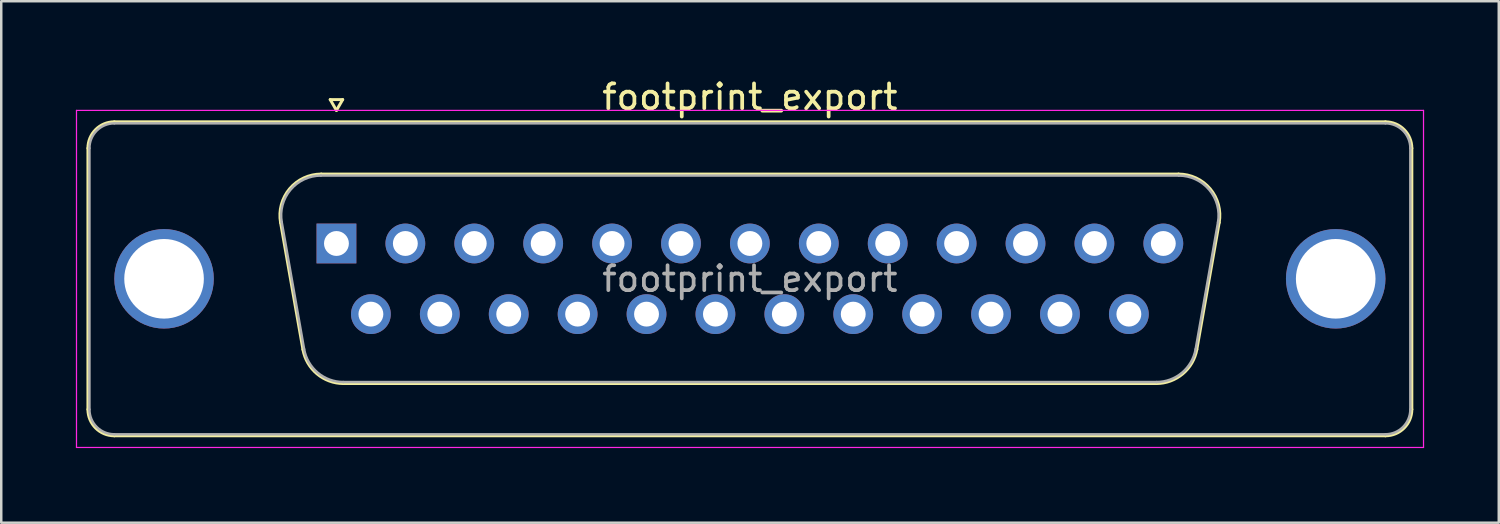
<source format=kicad_pcb>
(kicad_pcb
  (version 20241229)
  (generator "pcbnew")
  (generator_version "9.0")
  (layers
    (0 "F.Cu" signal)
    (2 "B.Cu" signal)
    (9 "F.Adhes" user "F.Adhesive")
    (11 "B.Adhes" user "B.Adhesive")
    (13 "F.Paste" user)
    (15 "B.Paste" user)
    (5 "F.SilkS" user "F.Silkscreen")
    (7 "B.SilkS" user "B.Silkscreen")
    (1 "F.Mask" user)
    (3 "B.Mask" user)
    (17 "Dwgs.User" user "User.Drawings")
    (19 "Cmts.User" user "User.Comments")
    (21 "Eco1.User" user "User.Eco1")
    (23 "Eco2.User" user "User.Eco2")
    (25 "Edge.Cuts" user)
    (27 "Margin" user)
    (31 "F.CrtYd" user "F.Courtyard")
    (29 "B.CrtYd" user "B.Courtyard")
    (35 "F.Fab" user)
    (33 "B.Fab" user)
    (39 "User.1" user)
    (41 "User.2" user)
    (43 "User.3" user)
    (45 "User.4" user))
  (footprint "footprint_export"
    (layer "F.Cu")
    (at 10.475 6.738)
    (property "Reference" "footprint_export" (at 16.62 -5.89 0) (layer "F.SilkS") (effects (font (size 1 1) (thickness 0.15))))
    (attr through_hole)
    (fp_line (start -9.99 6.67) (end -9.99 -3.83) (stroke (width 0.12) (type solid)) (layer "F.SilkS"))
    (fp_line (start -8.93 -4.89) (end 42.17 -4.89) (stroke (width 0.12) (type solid)) (layer "F.SilkS"))
    (fp_line (start -2.246 -0.842) (end -1.347 4.258) (stroke (width 0.12) (type solid)) (layer "F.SilkS"))
    (fp_line (start -0.612 -2.79) (end 33.852 -2.79) (stroke (width 0.12) (type solid)) (layer "F.SilkS"))
    (fp_line (start -0.25 -5.784) (end 0.25 -5.784) (stroke (width 0.12) (type solid)) (layer "F.SilkS"))
    (fp_line (start 0 -5.351) (end -0.25 -5.784) (stroke (width 0.12) (type solid)) (layer "F.SilkS"))
    (fp_line (start 0.25 -5.784) (end 0 -5.351) (stroke (width 0.12) (type solid)) (layer "F.SilkS"))
    (fp_line (start 0.288 5.63) (end 32.952 5.63) (stroke (width 0.12) (type solid)) (layer "F.SilkS"))
    (fp_line (start 35.486 -0.842) (end 34.587 4.258) (stroke (width 0.12) (type solid)) (layer "F.SilkS"))
    (fp_line (start 42.17 7.73) (end -8.93 7.73) (stroke (width 0.12) (type solid)) (layer "F.SilkS"))
    (fp_line (start 43.23 -3.83) (end 43.23 6.67) (stroke (width 0.12) (type solid)) (layer "F.SilkS"))
    (fp_arc (start -9.99 -3.83) (mid -9.679533 -4.579533) (end -8.93 -4.89) (stroke (width 0.12) (type solid)) (layer "F.SilkS"))
    (fp_arc (start -8.93 7.73) (mid -9.679533 7.419533) (end -9.99 6.67) (stroke (width 0.12) (type solid)) (layer "F.SilkS"))
    (fp_arc (start -2.24647 -0.841744) (mid -1.883323 -2.197028) (end -0.611689 -2.79) (stroke (width 0.12) (type solid)) (layer "F.SilkS"))
    (fp_arc (start 0.287579 5.63) (mid -0.779448 5.241634) (end -1.347202 4.258256) (stroke (width 0.12) (type solid)) (layer "F.SilkS"))
    (fp_arc (start 33.851689 -2.79) (mid 35.123323 -2.197027) (end 35.48647 -0.841744) (stroke (width 0.12) (type solid)) (layer "F.SilkS"))
    (fp_arc (start 34.587202 4.258256) (mid 34.019449 5.241634) (end 32.952421 5.63) (stroke (width 0.12) (type solid)) (layer "F.SilkS"))
    (fp_arc (start 42.17 -4.89) (mid 42.919533 -4.579533) (end 43.23 -3.83) (stroke (width 0.12) (type solid)) (layer "F.SilkS"))
    (fp_arc (start 43.23 6.67) (mid 42.919533 7.419533) (end 42.17 7.73) (stroke (width 0.12) (type solid)) (layer "F.SilkS"))
    (fp_line (start -10.45 -5.35) (end -10.45 8.2) (stroke (width 0.05) (type solid)) (layer "F.CrtYd"))
    (fp_line (start -10.45 8.2) (end 43.7 8.2) (stroke (width 0.05) (type solid)) (layer "F.CrtYd"))
    (fp_line (start 43.7 -5.35) (end -10.45 -5.35) (stroke (width 0.05) (type solid)) (layer "F.CrtYd"))
    (fp_line (start 43.7 8.2) (end 43.7 -5.35) (stroke (width 0.05) (type solid)) (layer "F.CrtYd"))
    (fp_line (start -9.93 6.67) (end -9.93 -3.83) (stroke (width 0.1) (type solid)) (layer "F.Fab"))
    (fp_line (start -8.93 -4.83) (end 42.17 -4.83) (stroke (width 0.1) (type solid)) (layer "F.Fab"))
    (fp_line (start -2.199 -0.852) (end -1.3 4.248) (stroke (width 0.1) (type solid)) (layer "F.Fab"))
    (fp_line (start -0.623 -2.73) (end 33.863 -2.73) (stroke (width 0.1) (type solid)) (layer "F.Fab"))
    (fp_line (start 0.276 5.57) (end 32.964 5.57) (stroke (width 0.1) (type solid)) (layer "F.Fab"))
    (fp_line (start 35.439 -0.852) (end 34.54 4.248) (stroke (width 0.1) (type solid)) (layer "F.Fab"))
    (fp_line (start 42.17 7.67) (end -8.93 7.67) (stroke (width 0.1) (type solid)) (layer "F.Fab"))
    (fp_line (start 43.17 -3.83) (end 43.17 6.67) (stroke (width 0.1) (type solid)) (layer "F.Fab"))
    (fp_arc (start -9.93 -3.83) (mid -9.637107 -4.537107) (end -8.93 -4.83) (stroke (width 0.1) (type solid)) (layer "F.Fab"))
    (fp_arc (start -8.93 7.67) (mid -9.637107 7.377107) (end -9.93 6.67) (stroke (width 0.1) (type solid)) (layer "F.Fab"))
    (fp_arc (start -2.198886 -0.852163) (mid -1.848865 -2.15846) (end -0.623194 -2.73) (stroke (width 0.1) (type solid)) (layer "F.Fab"))
    (fp_arc (start 0.276073 5.57) (mid -0.752387 5.195671) (end -1.299619 4.247837) (stroke (width 0.1) (type solid)) (layer "F.Fab"))
    (fp_arc (start 33.863194 -2.73) (mid 35.088865 -2.15846) (end 35.438886 -0.852163) (stroke (width 0.1) (type solid)) (layer "F.Fab"))
    (fp_arc (start 34.539619 4.247837) (mid 33.992387 5.195671) (end 32.963927 5.57) (stroke (width 0.1) (type solid)) (layer "F.Fab"))
    (fp_arc (start 42.17 -4.83) (mid 42.877107 -4.537107) (end 43.17 -3.83) (stroke (width 0.1) (type solid)) (layer "F.Fab"))
    (fp_arc (start 43.17 6.67) (mid 42.877107 7.377107) (end 42.17 7.67) (stroke (width 0.1) (type solid)) (layer "F.Fab"))
    (fp_text user "${REFERENCE}" (at 16.62 1.42 0) (layer "F.Fab") (effects (font (size 1 1) (thickness 0.15))))
    (pad "0" thru_hole circle (at -6.93 1.42) (size 4 4) (drill 3.2) (layers "*.Cu" "*.Mask"))
    (pad "0" thru_hole circle (at 40.17 1.42) (size 4 4) (drill 3.2) (layers "*.Cu" "*.Mask"))
    (pad "1" thru_hole rect (at 0 0) (size 1.6 1.6) (drill 1) (layers "*.Cu" "*.Mask"))
    (pad "2" thru_hole circle (at 2.77 0) (size 1.6 1.6) (drill 1) (layers "*.Cu" "*.Mask"))
    (pad "3" thru_hole circle (at 5.54 0) (size 1.6 1.6) (drill 1) (layers "*.Cu" "*.Mask"))
    (pad "4" thru_hole circle (at 8.31 0) (size 1.6 1.6) (drill 1) (layers "*.Cu" "*.Mask"))
    (pad "5" thru_hole circle (at 11.08 0) (size 1.6 1.6) (drill 1) (layers "*.Cu" "*.Mask"))
    (pad "6" thru_hole circle (at 13.85 0) (size 1.6 1.6) (drill 1) (layers "*.Cu" "*.Mask"))
    (pad "7" thru_hole circle (at 16.62 0) (size 1.6 1.6) (drill 1) (layers "*.Cu" "*.Mask"))
    (pad "8" thru_hole circle (at 19.39 0) (size 1.6 1.6) (drill 1) (layers "*.Cu" "*.Mask"))
    (pad "9" thru_hole circle (at 22.16 0) (size 1.6 1.6) (drill 1) (layers "*.Cu" "*.Mask"))
    (pad "10" thru_hole circle (at 24.93 0) (size 1.6 1.6) (drill 1) (layers "*.Cu" "*.Mask"))
    (pad "11" thru_hole circle (at 27.7 0) (size 1.6 1.6) (drill 1) (layers "*.Cu" "*.Mask"))
    (pad "12" thru_hole circle (at 30.47 0) (size 1.6 1.6) (drill 1) (layers "*.Cu" "*.Mask"))
    (pad "13" thru_hole circle (at 33.24 0) (size 1.6 1.6) (drill 1) (layers "*.Cu" "*.Mask"))
    (pad "14" thru_hole circle (at 1.385 2.84) (size 1.6 1.6) (drill 1) (layers "*.Cu" "*.Mask"))
    (pad "15" thru_hole circle (at 4.155 2.84) (size 1.6 1.6) (drill 1) (layers "*.Cu" "*.Mask"))
    (pad "16" thru_hole circle (at 6.925 2.84) (size 1.6 1.6) (drill 1) (layers "*.Cu" "*.Mask"))
    (pad "17" thru_hole circle (at 9.695 2.84) (size 1.6 1.6) (drill 1) (layers "*.Cu" "*.Mask"))
    (pad "18" thru_hole circle (at 12.465 2.84) (size 1.6 1.6) (drill 1) (layers "*.Cu" "*.Mask"))
    (pad "19" thru_hole circle (at 15.235 2.84) (size 1.6 1.6) (drill 1) (layers "*.Cu" "*.Mask"))
    (pad "20" thru_hole circle (at 18.005 2.84) (size 1.6 1.6) (drill 1) (layers "*.Cu" "*.Mask"))
    (pad "21" thru_hole circle (at 20.775 2.84) (size 1.6 1.6) (drill 1) (layers "*.Cu" "*.Mask"))
    (pad "22" thru_hole circle (at 23.545 2.84) (size 1.6 1.6) (drill 1) (layers "*.Cu" "*.Mask"))
    (pad "23" thru_hole circle (at 26.315 2.84) (size 1.6 1.6) (drill 1) (layers "*.Cu" "*.Mask"))
    (pad "24" thru_hole circle (at 29.085 2.84) (size 1.6 1.6) (drill 1) (layers "*.Cu" "*.Mask"))
    (pad "25" thru_hole circle (at 31.855 2.84) (size 1.6 1.6) (drill 1) (layers "*.Cu" "*.Mask")))
  (gr_rect
    (start -3 -3)
    (end 57.2 17.963)
    (stroke (width 0.1) (type default))
    (fill no)
    (layer "Edge.Cuts")))
</source>
